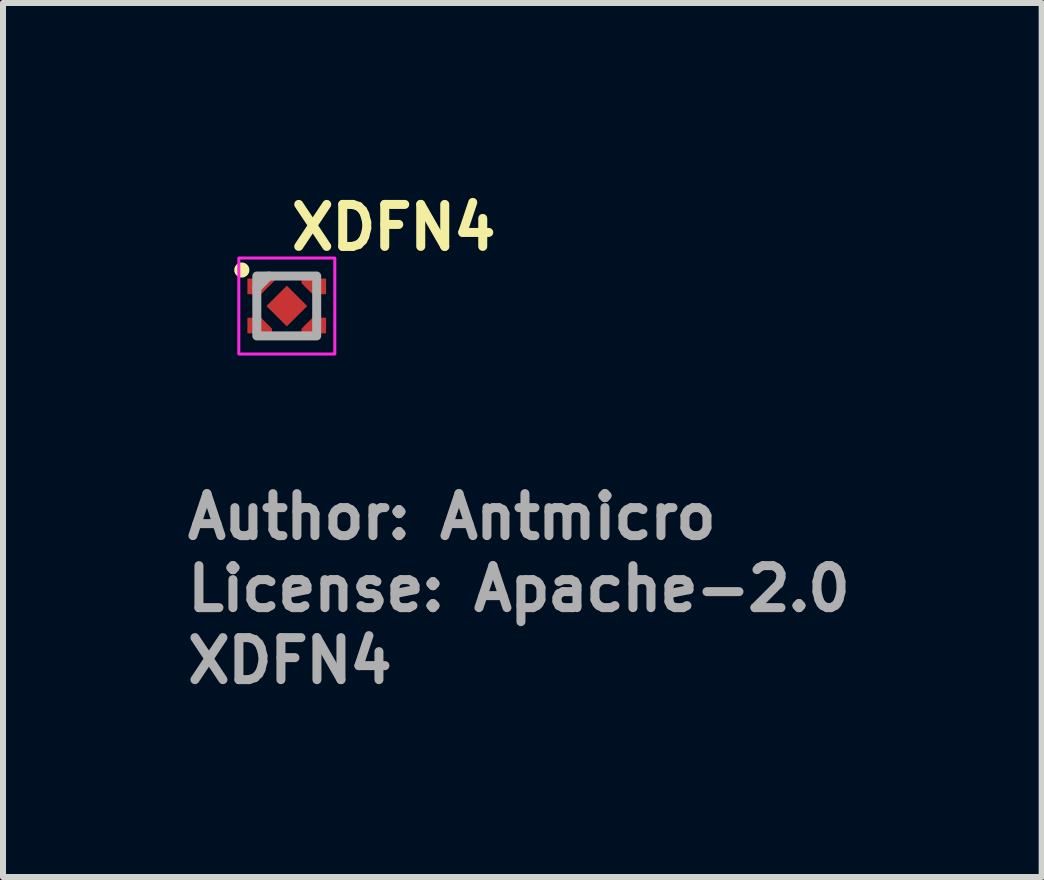
<source format=kicad_pcb>
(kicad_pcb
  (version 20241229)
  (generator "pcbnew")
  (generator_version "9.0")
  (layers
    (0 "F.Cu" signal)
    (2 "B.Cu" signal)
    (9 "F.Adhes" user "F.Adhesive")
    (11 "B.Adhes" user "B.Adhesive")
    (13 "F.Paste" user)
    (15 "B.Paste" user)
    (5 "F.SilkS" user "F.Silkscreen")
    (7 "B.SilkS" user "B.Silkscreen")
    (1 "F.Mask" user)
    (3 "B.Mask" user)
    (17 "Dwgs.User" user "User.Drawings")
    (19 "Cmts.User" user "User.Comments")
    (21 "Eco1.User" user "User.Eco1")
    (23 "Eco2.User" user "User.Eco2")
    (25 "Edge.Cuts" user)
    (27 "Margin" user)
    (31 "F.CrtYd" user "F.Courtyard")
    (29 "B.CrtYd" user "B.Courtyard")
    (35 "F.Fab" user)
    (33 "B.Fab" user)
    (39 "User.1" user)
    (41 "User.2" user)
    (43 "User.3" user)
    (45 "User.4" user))
  (footprint "XDFN4"
    (layer "F.Cu")
    (at 1.73 2.05)
    (property "Reference" "XDFN4" (at 0 -0.9 0) (layer "F.SilkS") (effects (font (size 0.7 0.7) (thickness 0.15)) (justify left bottom)))
    (attr smd)
    (fp_circle (center -0.75 -0.6) (end -0.699 -0.6) (stroke (width 0.15) (type solid)) (fill yes) (layer "F.SilkS"))
    (fp_poly (pts (xy -0.652 -0.452) (xy -0.18 -0.452) (xy -0.43 -0.202) (xy -0.652 -0.202)) (stroke (width 0.01) (type solid)) (fill yes) (layer "F.Paste"))
    (fp_poly (pts (xy -0.152 -0.152) (xy 0.15 -0.152) (xy 0.15 0.15) (xy -0.152 0.15)) (stroke (width 0.01) (type solid)) (fill yes) (layer "F.Paste"))
    (fp_poly (pts (xy -0.652 0.45) (xy -0.25 0.45) (xy -0.25 0.378) (xy -0.43 0.2) (xy -0.652 0.2)) (stroke (width 0.01) (type solid)) (fill yes) (layer "F.Paste"))
    (fp_poly (pts (xy 0.65 -0.452) (xy 0.248 -0.452) (xy 0.248 -0.38) (xy 0.428 -0.202) (xy 0.65 -0.202)) (stroke (width 0.01) (type solid)) (fill yes) (layer "F.Paste"))
    (fp_poly (pts (xy 0.65 0.45) (xy 0.248 0.45) (xy 0.248 0.378) (xy 0.428 0.2) (xy 0.65 0.2)) (stroke (width 0.01) (type solid)) (fill yes) (layer "F.Paste"))
    (fp_rect (start -0.8 -0.8) (end 0.8 0.8) (stroke (width 0.05) (type solid)) (fill no) (layer "F.CrtYd"))
    (fp_line (start -0.5 -0.3) (end -0.3 -0.5) (stroke (width 0.15) (type solid)) (layer "F.Fab"))
    (fp_rect (start -0.5 -0.5) (end 0.498 0.498) (stroke (width 0.15) (type solid)) (fill no) (layer "F.Fab"))
    (fp_rect (start -0.5 -0.5) (end 0.498 0.498) (stroke (width 0.1) (type solid)) (fill no) (layer "User.5"))
    (fp_line (start -0.5 -0.5) (end -0.5 0.498) (stroke (width 0.02) (type solid)) (layer "User.9"))
    (fp_line (start -0.5 0.498) (end 0.498 0.498) (stroke (width 0.02) (type solid)) (layer "User.9"))
    (fp_line (start 0.498 -0.5) (end -0.5 -0.5) (stroke (width 0.02) (type solid)) (layer "User.9"))
    (fp_line (start 0.498 0.498) (end 0.498 -0.5) (stroke (width 0.02) (type solid)) (layer "User.9"))
    (fp_text user "${REFERENCE}" (at -1.73 6.32 0) (layer "F.Fab") (effects (font (size 0.7 0.7) (thickness 0.15)) (justify left bottom)))
    (fp_text user "License: Apache-2.0" (at -1.73 5.12 0) (layer "F.Fab") (effects (font (size 0.7 0.7) (thickness 0.15)) (justify left bottom)))
    (fp_text user "Author: Antmicro" (at -1.73 3.92 0) (layer "F.Fab") (effects (font (size 0.7 0.7) (thickness 0.15)) (justify left bottom)))
    (pad "1" smd custom (at -0.452 -0.327) (size 0.1 0.1) (layers "F.Cu" "F.Mask" "F.Paste") (options (anchor rect)) (primitives (gr_poly (pts (xy -0.2 -0.125) (xy 0.27 -0.125) (xy 0.02 0.125) (xy -0.2 0.125)) (width 0.01) (fill yes))))
    (pad "2" smd custom (at -0.452 0.325) (size 0.1 0.1) (layers "F.Cu" "F.Mask" "F.Paste") (options (anchor rect)) (primitives (gr_poly (pts (xy -0.2 0.125) (xy 0.2 0.125) (xy 0.2 0.055) (xy 0.02 -0.125) (xy -0.2 -0.125)) (width 0.01) (fill yes))))
    (pad "3" smd custom (at 0.45 0.325) (size 0.1 0.1) (layers "F.Cu" "F.Mask" "F.Paste") (options (anchor rect)) (primitives (gr_poly (pts (xy 0.2 0.125) (xy -0.2 0.125) (xy -0.2 0.055) (xy -0.02 -0.125) (xy 0.2 -0.125)) (width 0.01) (fill yes))))
    (pad "4" smd custom (at 0.45 -0.327) (size 0.1 0.1) (layers "F.Cu" "F.Mask" "F.Paste") (options (anchor rect)) (primitives (gr_poly (pts (xy 0.2 -0.125) (xy -0.2 -0.125) (xy -0.2 -0.055) (xy -0.02 0.125) (xy 0.2 0.125)) (width 0.01) (fill yes))))
    (pad "5" smd rect (at 0 0 45) (size 0.48 0.48) (layers "F.Cu" "F.Mask")))
  (gr_rect
    (start -3 -3)
    (end 14.31 11.566)
    (stroke (width 0.1) (type default))
    (fill no)
    (layer "Edge.Cuts")))
</source>
